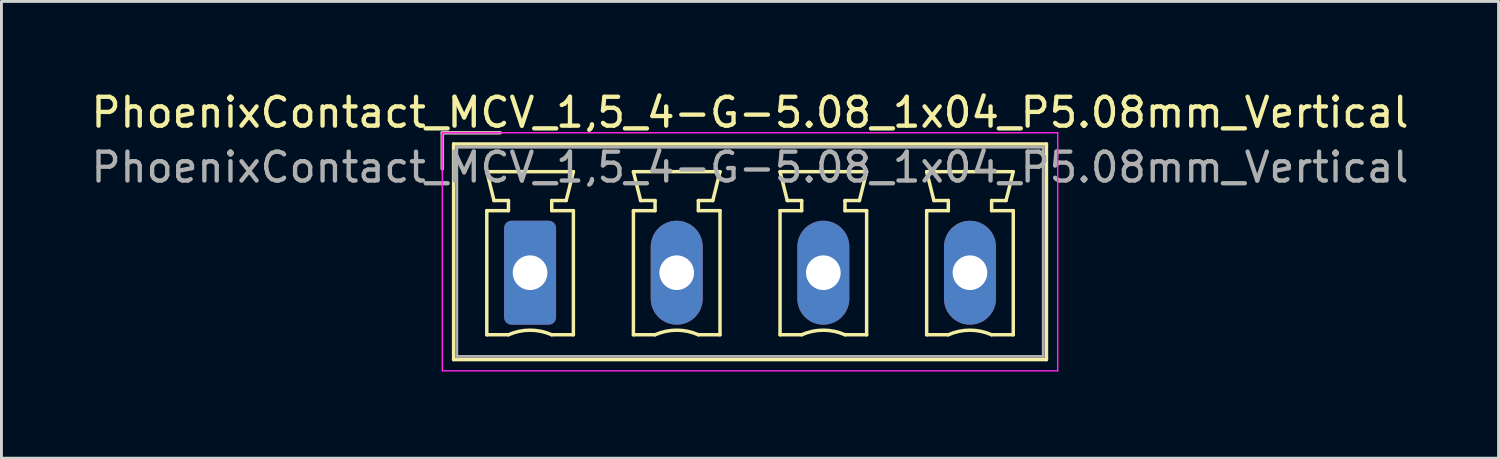
<source format=kicad_pcb>
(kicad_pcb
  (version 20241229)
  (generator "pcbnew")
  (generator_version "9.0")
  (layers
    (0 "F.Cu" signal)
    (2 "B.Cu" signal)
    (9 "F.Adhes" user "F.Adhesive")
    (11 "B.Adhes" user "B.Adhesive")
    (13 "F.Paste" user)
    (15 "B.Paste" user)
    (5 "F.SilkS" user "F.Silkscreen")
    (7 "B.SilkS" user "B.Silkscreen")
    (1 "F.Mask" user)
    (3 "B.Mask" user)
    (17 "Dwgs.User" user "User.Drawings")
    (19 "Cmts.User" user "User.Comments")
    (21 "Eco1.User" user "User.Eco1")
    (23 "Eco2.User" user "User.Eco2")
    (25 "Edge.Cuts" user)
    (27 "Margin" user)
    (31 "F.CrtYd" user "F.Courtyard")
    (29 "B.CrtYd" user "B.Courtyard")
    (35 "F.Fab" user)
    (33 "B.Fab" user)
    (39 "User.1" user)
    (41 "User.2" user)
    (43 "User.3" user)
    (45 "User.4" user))
  (footprint "PhoenixContact_MCV_1,5_4-G-5.08_1x04_P5.08mm_Vertical"
    (layer "F.Cu")
    (at 15.315 6.398)
    (property "Reference" "PhoenixContact_MCV_1,5_4-G-5.08_1x04_P5.08mm_Vertical" (at 7.62 -5.55 0) (layer "F.SilkS") (effects (font (size 1 1) (thickness 0.15))))
    (attr through_hole)
    (fp_line (start -3.04 -4.85) (end -1.04 -4.85) (stroke (width 0.12) (type solid)) (layer "F.SilkS"))
    (fp_line (start -3.04 -3.6) (end -3.04 -4.85) (stroke (width 0.12) (type solid)) (layer "F.SilkS"))
    (fp_line (start -2.65 -4.46) (end -2.65 3.01) (stroke (width 0.12) (type solid)) (layer "F.SilkS"))
    (fp_line (start -2.65 3.01) (end 17.89 3.01) (stroke (width 0.12) (type solid)) (layer "F.SilkS"))
    (fp_line (start -1.5 -3.5) (end 1.5 -3.5) (stroke (width 0.12) (type solid)) (layer "F.SilkS"))
    (fp_line (start -1.5 -2.15) (end -0.75 -2.15) (stroke (width 0.12) (type solid)) (layer "F.SilkS"))
    (fp_line (start -1.5 2.15) (end -1.5 -2.15) (stroke (width 0.12) (type solid)) (layer "F.SilkS"))
    (fp_line (start -1.25 -2.5) (end -1.5 -3.5) (stroke (width 0.12) (type solid)) (layer "F.SilkS"))
    (fp_line (start -0.75 -2.5) (end -1.25 -2.5) (stroke (width 0.12) (type solid)) (layer "F.SilkS"))
    (fp_line (start -0.75 -2.15) (end -0.75 -2.5) (stroke (width 0.12) (type solid)) (layer "F.SilkS"))
    (fp_line (start -0.75 2.15) (end -1.5 2.15) (stroke (width 0.12) (type solid)) (layer "F.SilkS"))
    (fp_line (start 0.75 -2.5) (end 0.75 -2.15) (stroke (width 0.12) (type solid)) (layer "F.SilkS"))
    (fp_line (start 0.75 -2.15) (end 1.5 -2.15) (stroke (width 0.12) (type solid)) (layer "F.SilkS"))
    (fp_line (start 1.25 -2.5) (end 0.75 -2.5) (stroke (width 0.12) (type solid)) (layer "F.SilkS"))
    (fp_line (start 1.5 -3.5) (end 1.25 -2.5) (stroke (width 0.12) (type solid)) (layer "F.SilkS"))
    (fp_line (start 1.5 -2.15) (end 1.5 2.15) (stroke (width 0.12) (type solid)) (layer "F.SilkS"))
    (fp_line (start 1.5 2.15) (end 0.75 2.15) (stroke (width 0.12) (type solid)) (layer "F.SilkS"))
    (fp_line (start 3.58 -3.5) (end 6.58 -3.5) (stroke (width 0.12) (type solid)) (layer "F.SilkS"))
    (fp_line (start 3.58 -2.15) (end 4.33 -2.15) (stroke (width 0.12) (type solid)) (layer "F.SilkS"))
    (fp_line (start 3.58 2.15) (end 3.58 -2.15) (stroke (width 0.12) (type solid)) (layer "F.SilkS"))
    (fp_line (start 3.83 -2.5) (end 3.58 -3.5) (stroke (width 0.12) (type solid)) (layer "F.SilkS"))
    (fp_line (start 4.33 -2.5) (end 3.83 -2.5) (stroke (width 0.12) (type solid)) (layer "F.SilkS"))
    (fp_line (start 4.33 -2.15) (end 4.33 -2.5) (stroke (width 0.12) (type solid)) (layer "F.SilkS"))
    (fp_line (start 4.33 2.15) (end 3.58 2.15) (stroke (width 0.12) (type solid)) (layer "F.SilkS"))
    (fp_line (start 5.83 -2.5) (end 5.83 -2.15) (stroke (width 0.12) (type solid)) (layer "F.SilkS"))
    (fp_line (start 5.83 -2.15) (end 6.58 -2.15) (stroke (width 0.12) (type solid)) (layer "F.SilkS"))
    (fp_line (start 6.33 -2.5) (end 5.83 -2.5) (stroke (width 0.12) (type solid)) (layer "F.SilkS"))
    (fp_line (start 6.58 -3.5) (end 6.33 -2.5) (stroke (width 0.12) (type solid)) (layer "F.SilkS"))
    (fp_line (start 6.58 -2.15) (end 6.58 2.15) (stroke (width 0.12) (type solid)) (layer "F.SilkS"))
    (fp_line (start 6.58 2.15) (end 5.83 2.15) (stroke (width 0.12) (type solid)) (layer "F.SilkS"))
    (fp_line (start 8.66 -3.5) (end 11.66 -3.5) (stroke (width 0.12) (type solid)) (layer "F.SilkS"))
    (fp_line (start 8.66 -2.15) (end 9.41 -2.15) (stroke (width 0.12) (type solid)) (layer "F.SilkS"))
    (fp_line (start 8.66 2.15) (end 8.66 -2.15) (stroke (width 0.12) (type solid)) (layer "F.SilkS"))
    (fp_line (start 8.91 -2.5) (end 8.66 -3.5) (stroke (width 0.12) (type solid)) (layer "F.SilkS"))
    (fp_line (start 9.41 -2.5) (end 8.91 -2.5) (stroke (width 0.12) (type solid)) (layer "F.SilkS"))
    (fp_line (start 9.41 -2.15) (end 9.41 -2.5) (stroke (width 0.12) (type solid)) (layer "F.SilkS"))
    (fp_line (start 9.41 2.15) (end 8.66 2.15) (stroke (width 0.12) (type solid)) (layer "F.SilkS"))
    (fp_line (start 10.91 -2.5) (end 10.91 -2.15) (stroke (width 0.12) (type solid)) (layer "F.SilkS"))
    (fp_line (start 10.91 -2.15) (end 11.66 -2.15) (stroke (width 0.12) (type solid)) (layer "F.SilkS"))
    (fp_line (start 11.41 -2.5) (end 10.91 -2.5) (stroke (width 0.12) (type solid)) (layer "F.SilkS"))
    (fp_line (start 11.66 -3.5) (end 11.41 -2.5) (stroke (width 0.12) (type solid)) (layer "F.SilkS"))
    (fp_line (start 11.66 -2.15) (end 11.66 2.15) (stroke (width 0.12) (type solid)) (layer "F.SilkS"))
    (fp_line (start 11.66 2.15) (end 10.91 2.15) (stroke (width 0.12) (type solid)) (layer "F.SilkS"))
    (fp_line (start 13.74 -3.5) (end 16.74 -3.5) (stroke (width 0.12) (type solid)) (layer "F.SilkS"))
    (fp_line (start 13.74 -2.15) (end 14.49 -2.15) (stroke (width 0.12) (type solid)) (layer "F.SilkS"))
    (fp_line (start 13.74 2.15) (end 13.74 -2.15) (stroke (width 0.12) (type solid)) (layer "F.SilkS"))
    (fp_line (start 13.99 -2.5) (end 13.74 -3.5) (stroke (width 0.12) (type solid)) (layer "F.SilkS"))
    (fp_line (start 14.49 -2.5) (end 13.99 -2.5) (stroke (width 0.12) (type solid)) (layer "F.SilkS"))
    (fp_line (start 14.49 -2.15) (end 14.49 -2.5) (stroke (width 0.12) (type solid)) (layer "F.SilkS"))
    (fp_line (start 14.49 2.15) (end 13.74 2.15) (stroke (width 0.12) (type solid)) (layer "F.SilkS"))
    (fp_line (start 15.99 -2.5) (end 15.99 -2.15) (stroke (width 0.12) (type solid)) (layer "F.SilkS"))
    (fp_line (start 15.99 -2.15) (end 16.74 -2.15) (stroke (width 0.12) (type solid)) (layer "F.SilkS"))
    (fp_line (start 16.49 -2.5) (end 15.99 -2.5) (stroke (width 0.12) (type solid)) (layer "F.SilkS"))
    (fp_line (start 16.74 -3.5) (end 16.49 -2.5) (stroke (width 0.12) (type solid)) (layer "F.SilkS"))
    (fp_line (start 16.74 -2.15) (end 16.74 2.15) (stroke (width 0.12) (type solid)) (layer "F.SilkS"))
    (fp_line (start 16.74 2.15) (end 15.99 2.15) (stroke (width 0.12) (type solid)) (layer "F.SilkS"))
    (fp_line (start 17.89 -4.46) (end -2.65 -4.46) (stroke (width 0.12) (type solid)) (layer "F.SilkS"))
    (fp_line (start 17.89 3.01) (end 17.89 -4.46) (stroke (width 0.12) (type solid)) (layer "F.SilkS"))
    (fp_arc (start -0.75 2.15) (mid -0.000193 1.99191) (end 0.749647 2.149844) (stroke (width 0.12) (type solid)) (layer "F.SilkS"))
    (fp_arc (start 4.33 2.15) (mid 5.079807 1.99191) (end 5.829647 2.149844) (stroke (width 0.12) (type solid)) (layer "F.SilkS"))
    (fp_arc (start 9.41 2.15) (mid 10.159807 1.99191) (end 10.909647 2.149844) (stroke (width 0.12) (type solid)) (layer "F.SilkS"))
    (fp_arc (start 14.49 2.15) (mid 15.239807 1.99191) (end 15.989647 2.149844) (stroke (width 0.12) (type solid)) (layer "F.SilkS"))
    (fp_line (start -3.04 -4.85) (end -3.04 3.4) (stroke (width 0.05) (type solid)) (layer "F.CrtYd"))
    (fp_line (start -3.04 3.4) (end 18.28 3.4) (stroke (width 0.05) (type solid)) (layer "F.CrtYd"))
    (fp_line (start 18.28 -4.85) (end -3.04 -4.85) (stroke (width 0.05) (type solid)) (layer "F.CrtYd"))
    (fp_line (start 18.28 3.4) (end 18.28 -4.85) (stroke (width 0.05) (type solid)) (layer "F.CrtYd"))
    (fp_line (start -3.04 -4.85) (end -1.04 -4.85) (stroke (width 0.1) (type solid)) (layer "F.Fab"))
    (fp_line (start -3.04 -3.6) (end -3.04 -4.85) (stroke (width 0.1) (type solid)) (layer "F.Fab"))
    (fp_line (start -2.54 -4.35) (end -2.54 2.9) (stroke (width 0.1) (type solid)) (layer "F.Fab"))
    (fp_line (start -2.54 2.9) (end 17.78 2.9) (stroke (width 0.1) (type solid)) (layer "F.Fab"))
    (fp_line (start 17.78 -4.35) (end -2.54 -4.35) (stroke (width 0.1) (type solid)) (layer "F.Fab"))
    (fp_line (start 17.78 2.9) (end 17.78 -4.35) (stroke (width 0.1) (type solid)) (layer "F.Fab"))
    (fp_text user "${REFERENCE}" (at 7.62 -3.65 0) (layer "F.Fab") (effects (font (size 1 1) (thickness 0.15))))
    (pad "1" thru_hole roundrect (at 0 0) (size 1.8 3.6) (drill 1.2) (layers "*.Cu" "*.Mask") (roundrect_rratio 0.139))
    (pad "2" thru_hole oval (at 5.08 0) (size 1.8 3.6) (drill 1.2) (layers "*.Cu" "*.Mask"))
    (pad "3" thru_hole oval (at 10.16 0) (size 1.8 3.6) (drill 1.2) (layers "*.Cu" "*.Mask"))
    (pad "4" thru_hole oval (at 15.24 0) (size 1.8 3.6) (drill 1.2) (layers "*.Cu" "*.Mask")))
  (gr_rect
    (start -3 -3)
    (end 48.869 12.823)
    (stroke (width 0.1) (type default))
    (fill no)
    (layer "Edge.Cuts")))
</source>
